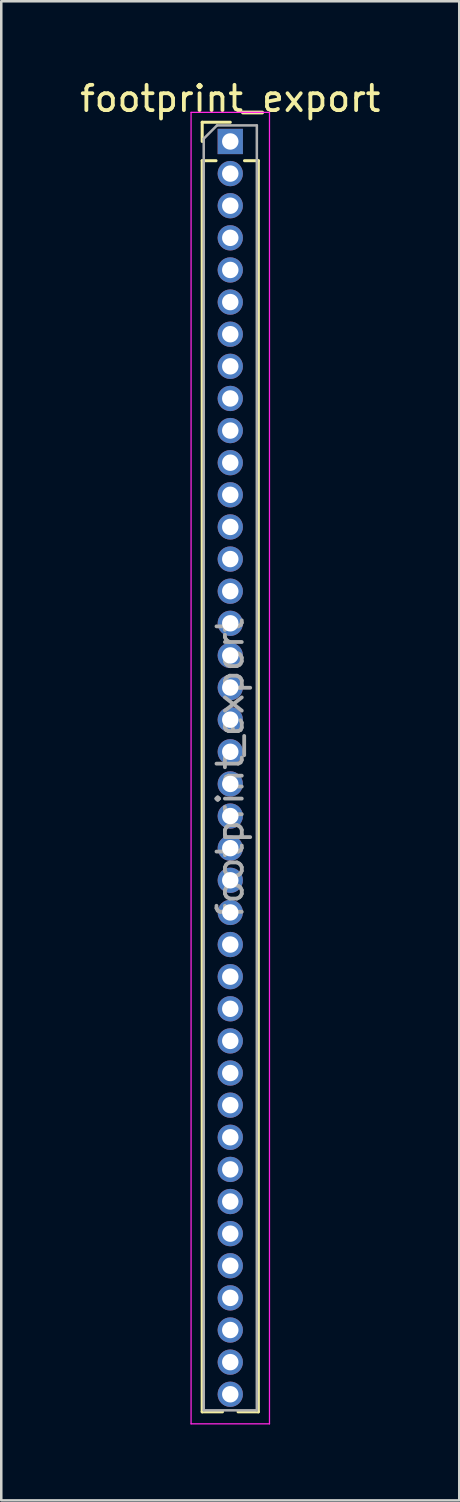
<source format=kicad_pcb>
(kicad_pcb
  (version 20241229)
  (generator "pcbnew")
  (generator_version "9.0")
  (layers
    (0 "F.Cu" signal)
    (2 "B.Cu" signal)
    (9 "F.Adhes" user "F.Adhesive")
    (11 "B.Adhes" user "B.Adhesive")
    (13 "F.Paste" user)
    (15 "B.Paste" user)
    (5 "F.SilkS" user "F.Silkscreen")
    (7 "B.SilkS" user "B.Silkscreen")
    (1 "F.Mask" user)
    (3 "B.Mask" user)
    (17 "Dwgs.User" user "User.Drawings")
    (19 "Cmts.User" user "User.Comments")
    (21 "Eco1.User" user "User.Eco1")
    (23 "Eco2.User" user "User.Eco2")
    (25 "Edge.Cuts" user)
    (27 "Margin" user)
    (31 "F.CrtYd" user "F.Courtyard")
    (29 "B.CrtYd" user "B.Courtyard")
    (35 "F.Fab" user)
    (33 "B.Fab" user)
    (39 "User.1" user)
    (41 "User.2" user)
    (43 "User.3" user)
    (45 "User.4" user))
  (footprint "footprint_export"
    (layer "F.Cu")
    (at 6.054 2.543)
    (property "Reference" "footprint_export" (at 0 -1.695 0) (layer "F.SilkS") (effects (font (size 1 1) (thickness 0.15))))
    (attr through_hole)
    (fp_line (start -1.11 -0.76) (end 0 -0.76) (stroke (width 0.12) (type solid)) (layer "F.SilkS"))
    (fp_line (start -1.11 0) (end -1.11 -0.76) (stroke (width 0.12) (type solid)) (layer "F.SilkS"))
    (fp_line (start -1.11 0.76) (end -1.11 50.225) (stroke (width 0.12) (type solid)) (layer "F.SilkS"))
    (fp_line (start -1.11 0.76) (end -0.563 0.76) (stroke (width 0.12) (type solid)) (layer "F.SilkS"))
    (fp_line (start -1.11 50.225) (end -0.308 50.225) (stroke (width 0.12) (type solid)) (layer "F.SilkS"))
    (fp_line (start 0.308 50.225) (end 1.11 50.225) (stroke (width 0.12) (type solid)) (layer "F.SilkS"))
    (fp_line (start 0.563 0.76) (end 1.11 0.76) (stroke (width 0.12) (type solid)) (layer "F.SilkS"))
    (fp_line (start 1.11 0.76) (end 1.11 50.225) (stroke (width 0.12) (type solid)) (layer "F.SilkS"))
    (fp_line (start -1.55 -1.15) (end -1.55 50.7) (stroke (width 0.05) (type solid)) (layer "F.CrtYd"))
    (fp_line (start -1.55 50.7) (end 1.55 50.7) (stroke (width 0.05) (type solid)) (layer "F.CrtYd"))
    (fp_line (start 1.55 -1.15) (end -1.55 -1.15) (stroke (width 0.05) (type solid)) (layer "F.CrtYd"))
    (fp_line (start 1.55 50.7) (end 1.55 -1.15) (stroke (width 0.05) (type solid)) (layer "F.CrtYd"))
    (fp_line (start -1.05 -0.11) (end -0.525 -0.635) (stroke (width 0.1) (type solid)) (layer "F.Fab"))
    (fp_line (start -1.05 50.165) (end -1.05 -0.11) (stroke (width 0.1) (type solid)) (layer "F.Fab"))
    (fp_line (start -0.525 -0.635) (end 1.05 -0.635) (stroke (width 0.1) (type solid)) (layer "F.Fab"))
    (fp_line (start 1.05 -0.635) (end 1.05 50.165) (stroke (width 0.1) (type solid)) (layer "F.Fab"))
    (fp_line (start 1.05 50.165) (end -1.05 50.165) (stroke (width 0.1) (type solid)) (layer "F.Fab"))
    (fp_text user "${REFERENCE}" (at 0 24.765 90) (layer "F.Fab") (effects (font (size 1 1) (thickness 0.15))))
    (pad "1" thru_hole rect (at 0 0) (size 1 1) (drill 0.65) (layers "*.Cu" "*.Mask"))
    (pad "2" thru_hole oval (at 0 1.27) (size 1 1) (drill 0.65) (layers "*.Cu" "*.Mask"))
    (pad "3" thru_hole oval (at 0 2.54) (size 1 1) (drill 0.65) (layers "*.Cu" "*.Mask"))
    (pad "4" thru_hole oval (at 0 3.81) (size 1 1) (drill 0.65) (layers "*.Cu" "*.Mask"))
    (pad "5" thru_hole oval (at 0 5.08) (size 1 1) (drill 0.65) (layers "*.Cu" "*.Mask"))
    (pad "6" thru_hole oval (at 0 6.35) (size 1 1) (drill 0.65) (layers "*.Cu" "*.Mask"))
    (pad "7" thru_hole oval (at 0 7.62) (size 1 1) (drill 0.65) (layers "*.Cu" "*.Mask"))
    (pad "8" thru_hole oval (at 0 8.89) (size 1 1) (drill 0.65) (layers "*.Cu" "*.Mask"))
    (pad "9" thru_hole oval (at 0 10.16) (size 1 1) (drill 0.65) (layers "*.Cu" "*.Mask"))
    (pad "10" thru_hole oval (at 0 11.43) (size 1 1) (drill 0.65) (layers "*.Cu" "*.Mask"))
    (pad "11" thru_hole oval (at 0 12.7) (size 1 1) (drill 0.65) (layers "*.Cu" "*.Mask"))
    (pad "12" thru_hole oval (at 0 13.97) (size 1 1) (drill 0.65) (layers "*.Cu" "*.Mask"))
    (pad "13" thru_hole oval (at 0 15.24) (size 1 1) (drill 0.65) (layers "*.Cu" "*.Mask"))
    (pad "14" thru_hole oval (at 0 16.51) (size 1 1) (drill 0.65) (layers "*.Cu" "*.Mask"))
    (pad "15" thru_hole oval (at 0 17.78) (size 1 1) (drill 0.65) (layers "*.Cu" "*.Mask"))
    (pad "16" thru_hole oval (at 0 19.05) (size 1 1) (drill 0.65) (layers "*.Cu" "*.Mask"))
    (pad "17" thru_hole oval (at 0 20.32) (size 1 1) (drill 0.65) (layers "*.Cu" "*.Mask"))
    (pad "18" thru_hole oval (at 0 21.59) (size 1 1) (drill 0.65) (layers "*.Cu" "*.Mask"))
    (pad "19" thru_hole oval (at 0 22.86) (size 1 1) (drill 0.65) (layers "*.Cu" "*.Mask"))
    (pad "20" thru_hole oval (at 0 24.13) (size 1 1) (drill 0.65) (layers "*.Cu" "*.Mask"))
    (pad "21" thru_hole oval (at 0 25.4) (size 1 1) (drill 0.65) (layers "*.Cu" "*.Mask"))
    (pad "22" thru_hole oval (at 0 26.67) (size 1 1) (drill 0.65) (layers "*.Cu" "*.Mask"))
    (pad "23" thru_hole oval (at 0 27.94) (size 1 1) (drill 0.65) (layers "*.Cu" "*.Mask"))
    (pad "24" thru_hole oval (at 0 29.21) (size 1 1) (drill 0.65) (layers "*.Cu" "*.Mask"))
    (pad "25" thru_hole oval (at 0 30.48) (size 1 1) (drill 0.65) (layers "*.Cu" "*.Mask"))
    (pad "26" thru_hole oval (at 0 31.75) (size 1 1) (drill 0.65) (layers "*.Cu" "*.Mask"))
    (pad "27" thru_hole oval (at 0 33.02) (size 1 1) (drill 0.65) (layers "*.Cu" "*.Mask"))
    (pad "28" thru_hole oval (at 0 34.29) (size 1 1) (drill 0.65) (layers "*.Cu" "*.Mask"))
    (pad "29" thru_hole oval (at 0 35.56) (size 1 1) (drill 0.65) (layers "*.Cu" "*.Mask"))
    (pad "30" thru_hole oval (at 0 36.83) (size 1 1) (drill 0.65) (layers "*.Cu" "*.Mask"))
    (pad "31" thru_hole oval (at 0 38.1) (size 1 1) (drill 0.65) (layers "*.Cu" "*.Mask"))
    (pad "32" thru_hole oval (at 0 39.37) (size 1 1) (drill 0.65) (layers "*.Cu" "*.Mask"))
    (pad "33" thru_hole oval (at 0 40.64) (size 1 1) (drill 0.65) (layers "*.Cu" "*.Mask"))
    (pad "34" thru_hole oval (at 0 41.91) (size 1 1) (drill 0.65) (layers "*.Cu" "*.Mask"))
    (pad "35" thru_hole oval (at 0 43.18) (size 1 1) (drill 0.65) (layers "*.Cu" "*.Mask"))
    (pad "36" thru_hole oval (at 0 44.45) (size 1 1) (drill 0.65) (layers "*.Cu" "*.Mask"))
    (pad "37" thru_hole oval (at 0 45.72) (size 1 1) (drill 0.65) (layers "*.Cu" "*.Mask"))
    (pad "38" thru_hole oval (at 0 46.99) (size 1 1) (drill 0.65) (layers "*.Cu" "*.Mask"))
    (pad "39" thru_hole oval (at 0 48.26) (size 1 1) (drill 0.65) (layers "*.Cu" "*.Mask"))
    (pad "40" thru_hole oval (at 0 49.53) (size 1 1) (drill 0.65) (layers "*.Cu" "*.Mask")))
  (gr_rect
    (start -3 -3)
    (end 15.107 56.268)
    (stroke (width 0.1) (type default))
    (fill no)
    (layer "Edge.Cuts")))
</source>
